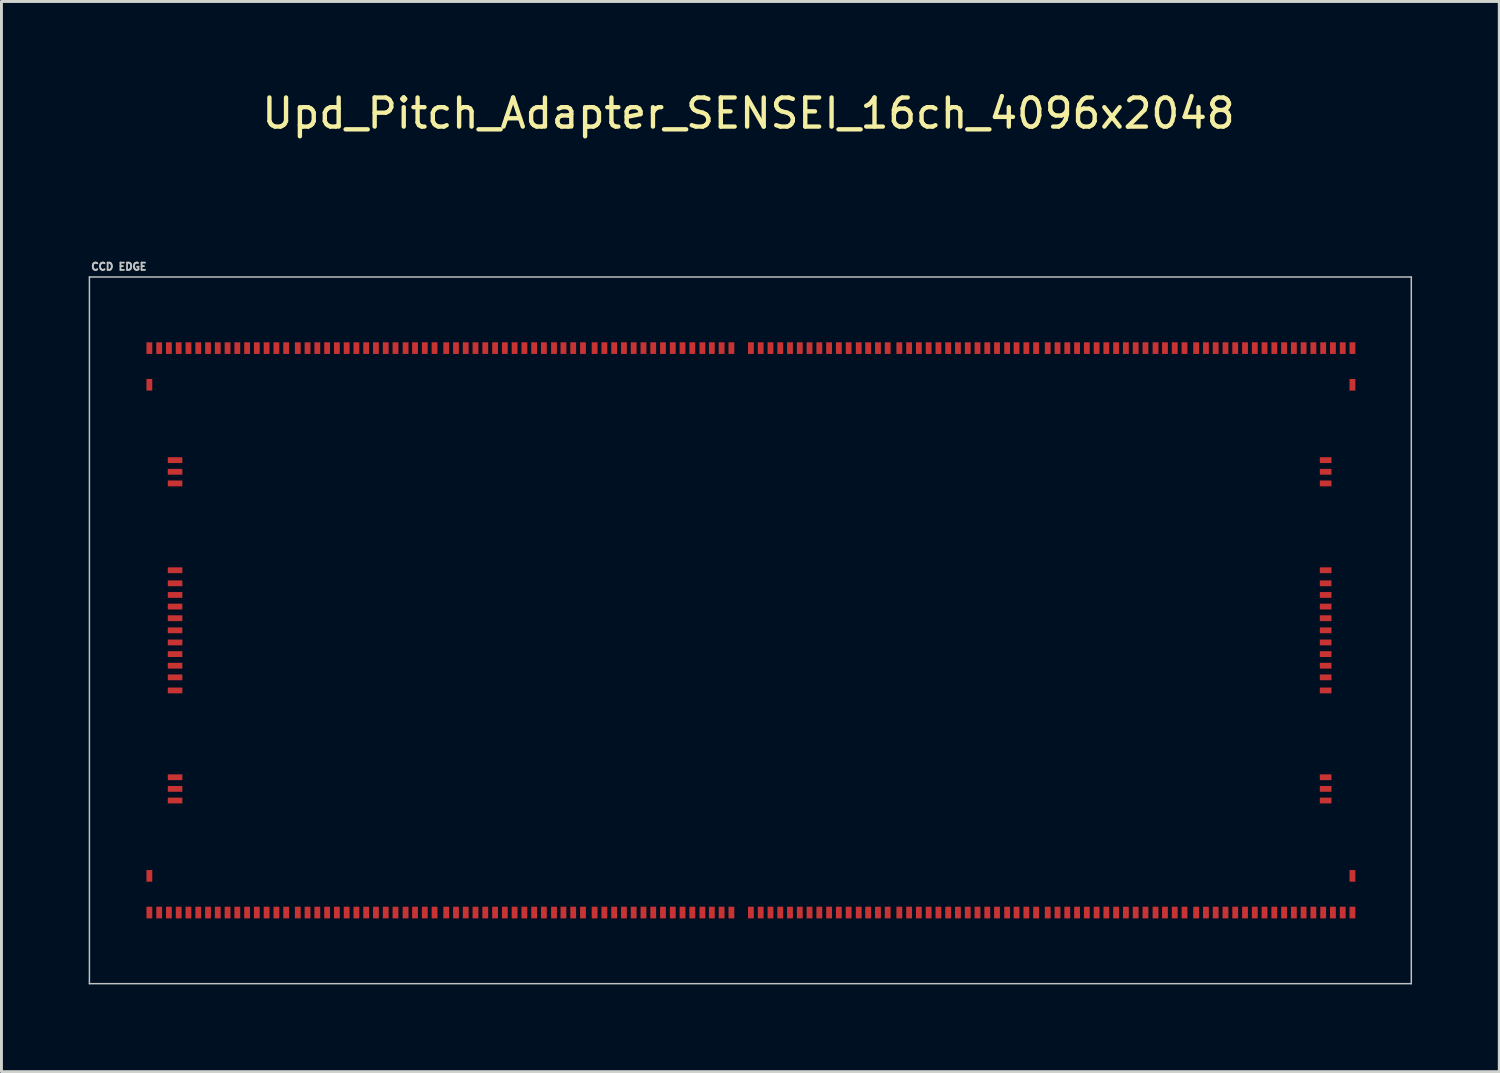
<source format=kicad_pcb>
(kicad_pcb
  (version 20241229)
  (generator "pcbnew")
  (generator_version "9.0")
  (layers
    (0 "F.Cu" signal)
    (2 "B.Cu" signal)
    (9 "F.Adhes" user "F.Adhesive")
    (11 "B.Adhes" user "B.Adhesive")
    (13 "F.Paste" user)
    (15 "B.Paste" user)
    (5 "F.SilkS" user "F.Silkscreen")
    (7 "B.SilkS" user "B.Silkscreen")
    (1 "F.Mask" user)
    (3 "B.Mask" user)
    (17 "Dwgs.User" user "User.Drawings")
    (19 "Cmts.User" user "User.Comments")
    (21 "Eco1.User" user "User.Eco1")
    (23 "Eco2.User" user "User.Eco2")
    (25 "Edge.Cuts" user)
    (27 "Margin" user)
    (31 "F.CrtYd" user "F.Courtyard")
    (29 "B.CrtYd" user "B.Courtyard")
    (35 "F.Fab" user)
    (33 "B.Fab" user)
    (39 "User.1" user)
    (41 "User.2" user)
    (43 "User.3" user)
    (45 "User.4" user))
  (footprint "Upd_Pitch_Adapter_SENSEI_16ch_4096x2048"
    (layer "F.Cu")
    (at 22.756 18.628)
    (property "Reference" "Upd_Pitch_Adapter_SENSEI_16ch_4096x2048" (at -0.064 -17.78 0) (layer "F.SilkS") (effects (font (size 1 1) (thickness 0.15))))
    (attr through_hole)
    (fp_line (start -22.731 -12.152) (end -22.731 12.152) (stroke (width 0.05) (type solid)) (layer "Dwgs.User"))
    (fp_line (start -22.731 -12.152) (end 22.731 -12.152) (stroke (width 0.05) (type solid)) (layer "Dwgs.User"))
    (fp_line (start -22.731 12.152) (end 22.731 12.152) (stroke (width 0.05) (type solid)) (layer "Dwgs.User"))
    (fp_line (start 22.731 -12.152) (end 22.731 12.152) (stroke (width 0.05) (type solid)) (layer "Dwgs.User"))
    (fp_text user "CCD EDGE" (at -21.717 -12.509 0) (layer "Dwgs.User") (effects (font (size 0.25 0.25) (thickness 0.062))))
    (pad "" smd rect (at -22.566 -11.204 180) (size 0.2 0.105) (layers "F.Mask" "F.Paste"))
    (pad "" smd rect (at -22.566 11.204 180) (size 0.2 0.105) (layers "F.Mask" "F.Paste"))
    (pad "" smd rect (at -21.785 -5.853 90) (size 0.2 0.105) (layers "F.Mask" "F.Paste"))
    (pad "" smd rect (at -21.785 -5.452 90) (size 0.2 0.105) (layers "F.Mask" "F.Paste"))
    (pad "" smd rect (at -21.785 -5.053 90) (size 0.2 0.105) (layers "F.Mask" "F.Paste"))
    (pad "" smd rect (at -21.785 -2.067 90) (size 0.2 0.105) (layers "F.Mask" "F.Paste"))
    (pad "" smd rect (at -21.785 -1.617 90) (size 0.2 0.105) (layers "F.Mask" "F.Paste"))
    (pad "" smd rect (at -21.785 -1.217 90) (size 0.2 0.105) (layers "F.Mask" "F.Paste"))
    (pad "" smd rect (at -21.785 -0.817 90) (size 0.2 0.105) (layers "F.Mask" "F.Paste"))
    (pad "" smd rect (at -21.785 -0.417 90) (size 0.2 0.105) (layers "F.Mask" "F.Paste"))
    (pad "" smd rect (at -21.785 0 90) (size 0.2 0.105) (layers "F.Mask" "F.Paste"))
    (pad "" smd rect (at -21.785 0.417 90) (size 0.2 0.105) (layers "F.Mask" "F.Paste"))
    (pad "" smd rect (at -21.785 0.817 90) (size 0.2 0.105) (layers "F.Mask" "F.Paste"))
    (pad "" smd rect (at -21.785 1.217 90) (size 0.2 0.105) (layers "F.Mask" "F.Paste"))
    (pad "" smd rect (at -21.785 1.617 90) (size 0.2 0.105) (layers "F.Mask" "F.Paste"))
    (pad "" smd rect (at -21.785 2.067 90) (size 0.2 0.105) (layers "F.Mask" "F.Paste"))
    (pad "" smd rect (at -21.785 5.053 90) (size 0.2 0.105) (layers "F.Mask" "F.Paste"))
    (pad "" smd rect (at -21.785 5.452 90) (size 0.2 0.105) (layers "F.Mask" "F.Paste"))
    (pad "" smd rect (at -21.785 5.853 90) (size 0.2 0.105) (layers "F.Mask" "F.Paste"))
    (pad "" smd rect (at -21.485 -11.206 180) (size 0.2 0.105) (layers "F.Mask" "F.Paste"))
    (pad "" smd rect (at -21.485 11.206 180) (size 0.2 0.105) (layers "F.Mask" "F.Paste"))
    (pad "" smd rect (at -21.148 -11.206 180) (size 0.2 0.105) (layers "F.Mask" "F.Paste"))
    (pad "" smd rect (at -21.148 11.206 180) (size 0.2 0.105) (layers "F.Mask" "F.Paste"))
    (pad "" smd rect (at -20.812 -11.206 180) (size 0.2 0.105) (layers "F.Mask" "F.Paste"))
    (pad "" smd rect (at -20.812 11.206 180) (size 0.2 0.105) (layers "F.Mask" "F.Paste"))
    (pad "" smd rect (at -20.477 -11.206 180) (size 0.2 0.105) (layers "F.Mask" "F.Paste"))
    (pad "" smd rect (at -20.477 11.206 180) (size 0.2 0.105) (layers "F.Mask" "F.Paste"))
    (pad "" smd rect (at -20.14 -11.206 180) (size 0.2 0.105) (layers "F.Mask" "F.Paste"))
    (pad "" smd rect (at -20.14 11.206 180) (size 0.2 0.105) (layers "F.Mask" "F.Paste"))
    (pad "" smd rect (at -19.805 -11.206 180) (size 0.2 0.105) (layers "F.Mask" "F.Paste"))
    (pad "" smd rect (at -19.805 11.206 180) (size 0.2 0.105) (layers "F.Mask" "F.Paste"))
    (pad "" smd rect (at -19.468 -11.206 180) (size 0.2 0.105) (layers "F.Mask" "F.Paste"))
    (pad "" smd rect (at -19.468 11.206 180) (size 0.2 0.105) (layers "F.Mask" "F.Paste"))
    (pad "" smd rect (at -19.133 -11.206 180) (size 0.2 0.105) (layers "F.Mask" "F.Paste"))
    (pad "" smd rect (at -19.133 11.206 180) (size 0.2 0.105) (layers "F.Mask" "F.Paste"))
    (pad "" smd rect (at -18.797 -11.206 180) (size 0.2 0.105) (layers "F.Mask" "F.Paste"))
    (pad "" smd rect (at -18.797 11.206 180) (size 0.2 0.105) (layers "F.Mask" "F.Paste"))
    (pad "" smd rect (at -18.46 -11.206 180) (size 0.2 0.105) (layers "F.Mask" "F.Paste"))
    (pad "" smd rect (at -18.46 11.206 180) (size 0.2 0.105) (layers "F.Mask" "F.Paste"))
    (pad "" smd rect (at -18.125 -11.206 180) (size 0.2 0.105) (layers "F.Mask" "F.Paste"))
    (pad "" smd rect (at -18.125 11.206 180) (size 0.2 0.105) (layers "F.Mask" "F.Paste"))
    (pad "" smd rect (at -17.788 -11.206 180) (size 0.2 0.105) (layers "F.Mask" "F.Paste"))
    (pad "" smd rect (at -17.788 11.206 180) (size 0.2 0.105) (layers "F.Mask" "F.Paste"))
    (pad "" smd rect (at -17.453 -11.206 180) (size 0.2 0.105) (layers "F.Mask" "F.Paste"))
    (pad "" smd rect (at -17.453 11.206 180) (size 0.2 0.105) (layers "F.Mask" "F.Paste"))
    (pad "" smd rect (at -17.116 -11.206 180) (size 0.2 0.105) (layers "F.Mask" "F.Paste"))
    (pad "" smd rect (at -17.116 11.206 180) (size 0.2 0.105) (layers "F.Mask" "F.Paste"))
    (pad "" smd rect (at -16.78 -11.206 180) (size 0.2 0.105) (layers "F.Mask" "F.Paste"))
    (pad "" smd rect (at -16.78 11.206 180) (size 0.2 0.105) (layers "F.Mask" "F.Paste"))
    (pad "" smd rect (at -16.108 -11.206 180) (size 0.2 0.105) (layers "F.Mask" "F.Paste"))
    (pad "" smd rect (at -16.108 11.206 180) (size 0.2 0.105) (layers "F.Mask" "F.Paste"))
    (pad "" smd rect (at -15.773 -11.206 180) (size 0.2 0.105) (layers "F.Mask" "F.Paste"))
    (pad "" smd rect (at -15.773 11.206 180) (size 0.2 0.105) (layers "F.Mask" "F.Paste"))
    (pad "" smd rect (at -15.437 -11.206 180) (size 0.2 0.105) (layers "F.Mask" "F.Paste"))
    (pad "" smd rect (at -15.437 11.206 180) (size 0.2 0.105) (layers "F.Mask" "F.Paste"))
    (pad "" smd rect (at -15.101 -11.206 180) (size 0.2 0.105) (layers "F.Mask" "F.Paste"))
    (pad "" smd rect (at -15.101 11.206 180) (size 0.2 0.105) (layers "F.Mask" "F.Paste"))
    (pad "" smd rect (at -14.764 -11.206 180) (size 0.2 0.105) (layers "F.Mask" "F.Paste"))
    (pad "" smd rect (at -14.764 11.206 180) (size 0.2 0.105) (layers "F.Mask" "F.Paste"))
    (pad "" smd rect (at -14.428 -11.206 180) (size 0.2 0.105) (layers "F.Mask" "F.Paste"))
    (pad "" smd rect (at -14.428 11.206 180) (size 0.2 0.105) (layers "F.Mask" "F.Paste"))
    (pad "" smd rect (at -14.092 -11.206 180) (size 0.2 0.105) (layers "F.Mask" "F.Paste"))
    (pad "" smd rect (at -14.092 11.206 180) (size 0.2 0.105) (layers "F.Mask" "F.Paste"))
    (pad "" smd rect (at -13.757 -11.206 180) (size 0.2 0.105) (layers "F.Mask" "F.Paste"))
    (pad "" smd rect (at -13.757 11.206 180) (size 0.2 0.105) (layers "F.Mask" "F.Paste"))
    (pad "" smd rect (at -13.421 -11.206 180) (size 0.2 0.105) (layers "F.Mask" "F.Paste"))
    (pad "" smd rect (at -13.421 11.206 180) (size 0.2 0.105) (layers "F.Mask" "F.Paste"))
    (pad "" smd rect (at -13.085 -11.206 180) (size 0.2 0.105) (layers "F.Mask" "F.Paste"))
    (pad "" smd rect (at -13.085 11.206 180) (size 0.2 0.105) (layers "F.Mask" "F.Paste"))
    (pad "" smd rect (at -12.748 -11.206 180) (size 0.2 0.105) (layers "F.Mask" "F.Paste"))
    (pad "" smd rect (at -12.748 11.206 180) (size 0.2 0.105) (layers "F.Mask" "F.Paste"))
    (pad "" smd rect (at -12.401 -11.206 180) (size 0.2 0.105) (layers "F.Mask" "F.Paste"))
    (pad "" smd rect (at -12.401 11.206 180) (size 0.2 0.105) (layers "F.Mask" "F.Paste"))
    (pad "" smd rect (at -12.076 -11.206 180) (size 0.2 0.105) (layers "F.Mask" "F.Paste"))
    (pad "" smd rect (at -12.076 11.206 180) (size 0.2 0.105) (layers "F.Mask" "F.Paste"))
    (pad "" smd rect (at -11.741 -11.206 180) (size 0.2 0.105) (layers "F.Mask" "F.Paste"))
    (pad "" smd rect (at -11.741 11.206 180) (size 0.2 0.105) (layers "F.Mask" "F.Paste"))
    (pad "" smd rect (at -11.405 -11.206 180) (size 0.2 0.105) (layers "F.Mask" "F.Paste"))
    (pad "" smd rect (at -11.405 11.206 180) (size 0.2 0.105) (layers "F.Mask" "F.Paste"))
    (pad "" smd rect (at -10.732 -11.206 180) (size 0.2 0.105) (layers "F.Mask" "F.Paste"))
    (pad "" smd rect (at -10.732 11.206 180) (size 0.2 0.105) (layers "F.Mask" "F.Paste"))
    (pad "" smd rect (at -10.396 -11.206 180) (size 0.2 0.105) (layers "F.Mask" "F.Paste"))
    (pad "" smd rect (at -10.396 11.206 180) (size 0.2 0.105) (layers "F.Mask" "F.Paste"))
    (pad "" smd rect (at -10.06 -11.206 180) (size 0.2 0.105) (layers "F.Mask" "F.Paste"))
    (pad "" smd rect (at -10.06 11.206 180) (size 0.2 0.105) (layers "F.Mask" "F.Paste"))
    (pad "" smd rect (at -9.725 -11.206 180) (size 0.2 0.105) (layers "F.Mask" "F.Paste"))
    (pad "" smd rect (at -9.725 11.206 180) (size 0.2 0.105) (layers "F.Mask" "F.Paste"))
    (pad "" smd rect (at -9.389 -11.206 180) (size 0.2 0.105) (layers "F.Mask" "F.Paste"))
    (pad "" smd rect (at -9.389 11.206 180) (size 0.2 0.105) (layers "F.Mask" "F.Paste"))
    (pad "" smd rect (at -9.053 -11.206 180) (size 0.2 0.105) (layers "F.Mask" "F.Paste"))
    (pad "" smd rect (at -9.053 11.206 180) (size 0.2 0.105) (layers "F.Mask" "F.Paste"))
    (pad "" smd rect (at -8.716 -11.206 180) (size 0.2 0.105) (layers "F.Mask" "F.Paste"))
    (pad "" smd rect (at -8.716 11.206 180) (size 0.2 0.105) (layers "F.Mask" "F.Paste"))
    (pad "" smd rect (at -8.38 -11.206 180) (size 0.2 0.105) (layers "F.Mask" "F.Paste"))
    (pad "" smd rect (at -8.38 11.206 180) (size 0.2 0.105) (layers "F.Mask" "F.Paste"))
    (pad "" smd rect (at -8.044 -11.206 180) (size 0.2 0.105) (layers "F.Mask" "F.Paste"))
    (pad "" smd rect (at -8.044 11.206 180) (size 0.2 0.105) (layers "F.Mask" "F.Paste"))
    (pad "" smd rect (at -7.708 -11.206 180) (size 0.2 0.105) (layers "F.Mask" "F.Paste"))
    (pad "" smd rect (at -7.708 11.206 180) (size 0.2 0.105) (layers "F.Mask" "F.Paste"))
    (pad "" smd rect (at -7.372 -11.206 180) (size 0.2 0.105) (layers "F.Mask" "F.Paste"))
    (pad "" smd rect (at -7.372 11.206 180) (size 0.2 0.105) (layers "F.Mask" "F.Paste"))
    (pad "" smd rect (at -7.025 -11.206 180) (size 0.2 0.105) (layers "F.Mask" "F.Paste"))
    (pad "" smd rect (at -7.025 11.206 180) (size 0.2 0.105) (layers "F.Mask" "F.Paste"))
    (pad "" smd rect (at -6.7 -11.206 180) (size 0.2 0.105) (layers "F.Mask" "F.Paste"))
    (pad "" smd rect (at -6.7 11.206 180) (size 0.2 0.105) (layers "F.Mask" "F.Paste"))
    (pad "" smd rect (at -6.364 -11.206 180) (size 0.2 0.105) (layers "F.Mask" "F.Paste"))
    (pad "" smd rect (at -6.364 11.206 180) (size 0.2 0.105) (layers "F.Mask" "F.Paste"))
    (pad "" smd rect (at -6.029 -11.206 180) (size 0.2 0.105) (layers "F.Mask" "F.Paste"))
    (pad "" smd rect (at -6.029 11.206 180) (size 0.2 0.105) (layers "F.Mask" "F.Paste"))
    (pad "" smd rect (at -5.356 -11.206 180) (size 0.2 0.105) (layers "F.Mask" "F.Paste"))
    (pad "" smd rect (at -5.356 11.206 180) (size 0.2 0.105) (layers "F.Mask" "F.Paste"))
    (pad "" smd rect (at -5.021 -11.206 180) (size 0.2 0.105) (layers "F.Mask" "F.Paste"))
    (pad "" smd rect (at -5.021 11.206 180) (size 0.2 0.105) (layers "F.Mask" "F.Paste"))
    (pad "" smd rect (at -4.684 -11.206 180) (size 0.2 0.105) (layers "F.Mask" "F.Paste"))
    (pad "" smd rect (at -4.684 11.206 180) (size 0.2 0.105) (layers "F.Mask" "F.Paste"))
    (pad "" smd rect (at -4.348 -11.206 180) (size 0.2 0.105) (layers "F.Mask" "F.Paste"))
    (pad "" smd rect (at -4.348 11.206 180) (size 0.2 0.105) (layers "F.Mask" "F.Paste"))
    (pad "" smd rect (at -4.013 -11.206 180) (size 0.2 0.105) (layers "F.Mask" "F.Paste"))
    (pad "" smd rect (at -4.013 11.206 180) (size 0.2 0.105) (layers "F.Mask" "F.Paste"))
    (pad "" smd rect (at -3.676 -11.206 180) (size 0.2 0.105) (layers "F.Mask" "F.Paste"))
    (pad "" smd rect (at -3.676 11.206 180) (size 0.2 0.105) (layers "F.Mask" "F.Paste"))
    (pad "" smd rect (at -3.341 -11.206 180) (size 0.2 0.105) (layers "F.Mask" "F.Paste"))
    (pad "" smd rect (at -3.341 11.206 180) (size 0.2 0.105) (layers "F.Mask" "F.Paste"))
    (pad "" smd rect (at -3.005 -11.206 180) (size 0.2 0.105) (layers "F.Mask" "F.Paste"))
    (pad "" smd rect (at -3.005 11.206 180) (size 0.2 0.105) (layers "F.Mask" "F.Paste"))
    (pad "" smd rect (at -2.668 -11.206 180) (size 0.2 0.105) (layers "F.Mask" "F.Paste"))
    (pad "" smd rect (at -2.668 11.206 180) (size 0.2 0.105) (layers "F.Mask" "F.Paste"))
    (pad "" smd rect (at -2.333 -11.206 180) (size 0.2 0.105) (layers "F.Mask" "F.Paste"))
    (pad "" smd rect (at -2.333 11.206 180) (size 0.2 0.105) (layers "F.Mask" "F.Paste"))
    (pad "" smd rect (at -1.996 -11.206 180) (size 0.2 0.105) (layers "F.Mask" "F.Paste"))
    (pad "" smd rect (at -1.996 11.206 180) (size 0.2 0.105) (layers "F.Mask" "F.Paste"))
    (pad "" smd rect (at -1.649 -11.206 180) (size 0.2 0.105) (layers "F.Mask" "F.Paste"))
    (pad "" smd rect (at -1.649 11.206 180) (size 0.2 0.105) (layers "F.Mask" "F.Paste"))
    (pad "" smd rect (at -1.325 -11.206 180) (size 0.2 0.105) (layers "F.Mask" "F.Paste"))
    (pad "" smd rect (at -1.325 11.206 180) (size 0.2 0.105) (layers "F.Mask" "F.Paste"))
    (pad "" smd rect (at -0.989 -11.206 180) (size 0.2 0.105) (layers "F.Mask" "F.Paste"))
    (pad "" smd rect (at -0.989 11.206 180) (size 0.2 0.105) (layers "F.Mask" "F.Paste"))
    (pad "" smd rect (at -0.652 -11.206 180) (size 0.2 0.105) (layers "F.Mask" "F.Paste"))
    (pad "" smd rect (at -0.652 11.206 180) (size 0.2 0.105) (layers "F.Mask" "F.Paste"))
    (pad "" smd rect (at 0.019 -11.206 180) (size 0.2 0.105) (layers "F.Mask" "F.Paste"))
    (pad "" smd rect (at 0.019 11.206 180) (size 0.2 0.105) (layers "F.Mask" "F.Paste"))
    (pad "" smd rect (at 0.355 -11.206 180) (size 0.2 0.105) (layers "F.Mask" "F.Paste"))
    (pad "" smd rect (at 0.355 11.206 180) (size 0.2 0.105) (layers "F.Mask" "F.Paste"))
    (pad "" smd rect (at 0.692 -11.206 180) (size 0.2 0.105) (layers "F.Mask" "F.Paste"))
    (pad "" smd rect (at 0.692 11.206 180) (size 0.2 0.105) (layers "F.Mask" "F.Paste"))
    (pad "" smd rect (at 1.028 -11.206 180) (size 0.2 0.105) (layers "F.Mask" "F.Paste"))
    (pad "" smd rect (at 1.028 11.206 180) (size 0.2 0.105) (layers "F.Mask" "F.Paste"))
    (pad "" smd rect (at 1.363 -11.206 180) (size 0.2 0.105) (layers "F.Mask" "F.Paste"))
    (pad "" smd rect (at 1.363 11.206 180) (size 0.2 0.105) (layers "F.Mask" "F.Paste"))
    (pad "" smd rect (at 1.7 -11.206 180) (size 0.2 0.105) (layers "F.Mask" "F.Paste"))
    (pad "" smd rect (at 1.7 11.206 180) (size 0.2 0.105) (layers "F.Mask" "F.Paste"))
    (pad "" smd rect (at 2.035 -11.206 180) (size 0.2 0.105) (layers "F.Mask" "F.Paste"))
    (pad "" smd rect (at 2.035 11.206 180) (size 0.2 0.105) (layers "F.Mask" "F.Paste"))
    (pad "" smd rect (at 2.372 -11.206 180) (size 0.2 0.105) (layers "F.Mask" "F.Paste"))
    (pad "" smd rect (at 2.372 11.206 180) (size 0.2 0.105) (layers "F.Mask" "F.Paste"))
    (pad "" smd rect (at 2.708 -11.206 180) (size 0.2 0.105) (layers "F.Mask" "F.Paste"))
    (pad "" smd rect (at 2.708 11.206 180) (size 0.2 0.105) (layers "F.Mask" "F.Paste"))
    (pad "" smd rect (at 3.043 -11.206 180) (size 0.2 0.105) (layers "F.Mask" "F.Paste"))
    (pad "" smd rect (at 3.043 11.206 180) (size 0.2 0.105) (layers "F.Mask" "F.Paste"))
    (pad "" smd rect (at 3.38 -11.206 180) (size 0.2 0.105) (layers "F.Mask" "F.Paste"))
    (pad "" smd rect (at 3.38 11.206 180) (size 0.2 0.105) (layers "F.Mask" "F.Paste"))
    (pad "" smd rect (at 3.727 -11.206 180) (size 0.2 0.105) (layers "F.Mask" "F.Paste"))
    (pad "" smd rect (at 3.727 11.206 180) (size 0.2 0.105) (layers "F.Mask" "F.Paste"))
    (pad "" smd rect (at 4.051 -11.206 180) (size 0.2 0.105) (layers "F.Mask" "F.Paste"))
    (pad "" smd rect (at 4.051 11.206 180) (size 0.2 0.105) (layers "F.Mask" "F.Paste"))
    (pad "" smd rect (at 4.388 -11.206 180) (size 0.2 0.105) (layers "F.Mask" "F.Paste"))
    (pad "" smd rect (at 4.388 11.206 180) (size 0.2 0.105) (layers "F.Mask" "F.Paste"))
    (pad "" smd rect (at 4.723 -11.206 180) (size 0.2 0.105) (layers "F.Mask" "F.Paste"))
    (pad "" smd rect (at 4.723 11.206 180) (size 0.2 0.105) (layers "F.Mask" "F.Paste"))
    (pad "" smd rect (at 5.396 -11.206 180) (size 0.2 0.105) (layers "F.Mask" "F.Paste"))
    (pad "" smd rect (at 5.396 11.206 180) (size 0.2 0.105) (layers "F.Mask" "F.Paste"))
    (pad "" smd rect (at 5.731 -11.206 180) (size 0.2 0.105) (layers "F.Mask" "F.Paste"))
    (pad "" smd rect (at 5.731 11.206 180) (size 0.2 0.105) (layers "F.Mask" "F.Paste"))
    (pad "" smd rect (at 6.067 -11.206 180) (size 0.2 0.105) (layers "F.Mask" "F.Paste"))
    (pad "" smd rect (at 6.067 11.206 180) (size 0.2 0.105) (layers "F.Mask" "F.Paste"))
    (pad "" smd rect (at 6.404 -11.206 180) (size 0.2 0.105) (layers "F.Mask" "F.Paste"))
    (pad "" smd rect (at 6.404 11.206 180) (size 0.2 0.105) (layers "F.Mask" "F.Paste"))
    (pad "" smd rect (at 6.739 -11.206 180) (size 0.2 0.105) (layers "F.Mask" "F.Paste"))
    (pad "" smd rect (at 6.739 11.206 180) (size 0.2 0.105) (layers "F.Mask" "F.Paste"))
    (pad "" smd rect (at 7.075 -11.206 180) (size 0.2 0.105) (layers "F.Mask" "F.Paste"))
    (pad "" smd rect (at 7.075 11.206 180) (size 0.2 0.105) (layers "F.Mask" "F.Paste"))
    (pad "" smd rect (at 7.412 -11.206 180) (size 0.2 0.105) (layers "F.Mask" "F.Paste"))
    (pad "" smd rect (at 7.412 11.206 180) (size 0.2 0.105) (layers "F.Mask" "F.Paste"))
    (pad "" smd rect (at 7.747 -11.206 180) (size 0.2 0.105) (layers "F.Mask" "F.Paste"))
    (pad "" smd rect (at 7.747 11.206 180) (size 0.2 0.105) (layers "F.Mask" "F.Paste"))
    (pad "" smd rect (at 8.084 -11.206 180) (size 0.2 0.105) (layers "F.Mask" "F.Paste"))
    (pad "" smd rect (at 8.084 11.206 180) (size 0.2 0.105) (layers "F.Mask" "F.Paste"))
    (pad "" smd rect (at 8.419 -11.206 180) (size 0.2 0.105) (layers "F.Mask" "F.Paste"))
    (pad "" smd rect (at 8.419 11.206 180) (size 0.2 0.105) (layers "F.Mask" "F.Paste"))
    (pad "" smd rect (at 8.755 -11.206 180) (size 0.2 0.105) (layers "F.Mask" "F.Paste"))
    (pad "" smd rect (at 8.755 11.206 180) (size 0.2 0.105) (layers "F.Mask" "F.Paste"))
    (pad "" smd rect (at 9.103 -11.206 180) (size 0.2 0.105) (layers "F.Mask" "F.Paste"))
    (pad "" smd rect (at 9.103 11.206 180) (size 0.2 0.105) (layers "F.Mask" "F.Paste"))
    (pad "" smd rect (at 9.428 -11.206 180) (size 0.2 0.105) (layers "F.Mask" "F.Paste"))
    (pad "" smd rect (at 9.428 11.206 180) (size 0.2 0.105) (layers "F.Mask" "F.Paste"))
    (pad "" smd rect (at 9.764 -11.206 180) (size 0.2 0.105) (layers "F.Mask" "F.Paste"))
    (pad "" smd rect (at 9.764 11.206 180) (size 0.2 0.105) (layers "F.Mask" "F.Paste"))
    (pad "" smd rect (at 10.1 -11.206 180) (size 0.2 0.105) (layers "F.Mask" "F.Paste"))
    (pad "" smd rect (at 10.1 11.206 180) (size 0.2 0.105) (layers "F.Mask" "F.Paste"))
    (pad "" smd rect (at 10.771 -11.206 180) (size 0.2 0.105) (layers "F.Mask" "F.Paste"))
    (pad "" smd rect (at 10.771 11.206 180) (size 0.2 0.105) (layers "F.Mask" "F.Paste"))
    (pad "" smd rect (at 11.107 -11.206 180) (size 0.2 0.105) (layers "F.Mask" "F.Paste"))
    (pad "" smd rect (at 11.107 11.206 180) (size 0.2 0.105) (layers "F.Mask" "F.Paste"))
    (pad "" smd rect (at 11.444 -11.206 180) (size 0.2 0.105) (layers "F.Mask" "F.Paste"))
    (pad "" smd rect (at 11.444 11.206 180) (size 0.2 0.105) (layers "F.Mask" "F.Paste"))
    (pad "" smd rect (at 11.78 -11.206 180) (size 0.2 0.105) (layers "F.Mask" "F.Paste"))
    (pad "" smd rect (at 11.78 11.206 180) (size 0.2 0.105) (layers "F.Mask" "F.Paste"))
    (pad "" smd rect (at 12.116 -11.206 180) (size 0.2 0.105) (layers "F.Mask" "F.Paste"))
    (pad "" smd rect (at 12.116 11.206 180) (size 0.2 0.105) (layers "F.Mask" "F.Paste"))
    (pad "" smd rect (at 12.451 -11.206 180) (size 0.2 0.105) (layers "F.Mask" "F.Paste"))
    (pad "" smd rect (at 12.451 11.206 180) (size 0.2 0.105) (layers "F.Mask" "F.Paste"))
    (pad "" smd rect (at 12.787 -11.206 180) (size 0.2 0.105) (layers "F.Mask" "F.Paste"))
    (pad "" smd rect (at 12.787 11.206 180) (size 0.2 0.105) (layers "F.Mask" "F.Paste"))
    (pad "" smd rect (at 13.123 -11.206 180) (size 0.2 0.105) (layers "F.Mask" "F.Paste"))
    (pad "" smd rect (at 13.123 11.206 180) (size 0.2 0.105) (layers "F.Mask" "F.Paste"))
    (pad "" smd rect (at 13.46 -11.206 180) (size 0.2 0.105) (layers "F.Mask" "F.Paste"))
    (pad "" smd rect (at 13.46 11.206 180) (size 0.2 0.105) (layers "F.Mask" "F.Paste"))
    (pad "" smd rect (at 13.796 -11.206 180) (size 0.2 0.105) (layers "F.Mask" "F.Paste"))
    (pad "" smd rect (at 13.796 11.206 180) (size 0.2 0.105) (layers "F.Mask" "F.Paste"))
    (pad "" smd rect (at 14.132 -11.206 180) (size 0.2 0.105) (layers "F.Mask" "F.Paste"))
    (pad "" smd rect (at 14.132 11.206 180) (size 0.2 0.105) (layers "F.Mask" "F.Paste"))
    (pad "" smd rect (at 14.479 -11.206 180) (size 0.2 0.105) (layers "F.Mask" "F.Paste"))
    (pad "" smd rect (at 14.479 11.206 180) (size 0.2 0.105) (layers "F.Mask" "F.Paste"))
    (pad "" smd rect (at 14.803 -11.206 180) (size 0.2 0.105) (layers "F.Mask" "F.Paste"))
    (pad "" smd rect (at 14.803 11.206 180) (size 0.2 0.105) (layers "F.Mask" "F.Paste"))
    (pad "" smd rect (at 15.139 -11.206 180) (size 0.2 0.105) (layers "F.Mask" "F.Paste"))
    (pad "" smd rect (at 15.139 11.206 180) (size 0.2 0.105) (layers "F.Mask" "F.Paste"))
    (pad "" smd rect (at 15.476 -11.206 180) (size 0.2 0.105) (layers "F.Mask" "F.Paste"))
    (pad "" smd rect (at 15.476 11.206 180) (size 0.2 0.105) (layers "F.Mask" "F.Paste"))
    (pad "" smd rect (at 16.148 -11.206 180) (size 0.2 0.105) (layers "F.Mask" "F.Paste"))
    (pad "" smd rect (at 16.148 11.206 180) (size 0.2 0.105) (layers "F.Mask" "F.Paste"))
    (pad "" smd rect (at 16.483 -11.206 180) (size 0.2 0.105) (layers "F.Mask" "F.Paste"))
    (pad "" smd rect (at 16.483 11.206 180) (size 0.2 0.105) (layers "F.Mask" "F.Paste"))
    (pad "" smd rect (at 16.82 -11.206 180) (size 0.2 0.105) (layers "F.Mask" "F.Paste"))
    (pad "" smd rect (at 16.82 11.206 180) (size 0.2 0.105) (layers "F.Mask" "F.Paste"))
    (pad "" smd rect (at 17.155 -11.206 180) (size 0.2 0.105) (layers "F.Mask" "F.Paste"))
    (pad "" smd rect (at 17.155 11.206 180) (size 0.2 0.105) (layers "F.Mask" "F.Paste"))
    (pad "" smd rect (at 17.491 -11.206 180) (size 0.2 0.105) (layers "F.Mask" "F.Paste"))
    (pad "" smd rect (at 17.491 11.206 180) (size 0.2 0.105) (layers "F.Mask" "F.Paste"))
    (pad "" smd rect (at 17.828 -11.206 180) (size 0.2 0.105) (layers "F.Mask" "F.Paste"))
    (pad "" smd rect (at 17.828 11.206 180) (size 0.2 0.105) (layers "F.Mask" "F.Paste"))
    (pad "" smd rect (at 18.163 -11.206 180) (size 0.2 0.105) (layers "F.Mask" "F.Paste"))
    (pad "" smd rect (at 18.163 11.206 180) (size 0.2 0.105) (layers "F.Mask" "F.Paste"))
    (pad "" smd rect (at 18.5 -11.206 180) (size 0.2 0.105) (layers "F.Mask" "F.Paste"))
    (pad "" smd rect (at 18.5 11.206 180) (size 0.2 0.105) (layers "F.Mask" "F.Paste"))
    (pad "" smd rect (at 18.835 -11.206 180) (size 0.2 0.105) (layers "F.Mask" "F.Paste"))
    (pad "" smd rect (at 18.835 11.206 180) (size 0.2 0.105) (layers "F.Mask" "F.Paste"))
    (pad "" smd rect (at 19.172 -11.206 180) (size 0.2 0.105) (layers "F.Mask" "F.Paste"))
    (pad "" smd rect (at 19.172 11.206 180) (size 0.2 0.105) (layers "F.Mask" "F.Paste"))
    (pad "" smd rect (at 19.508 -11.206 180) (size 0.2 0.105) (layers "F.Mask" "F.Paste"))
    (pad "" smd rect (at 19.508 11.206 180) (size 0.2 0.105) (layers "F.Mask" "F.Paste"))
    (pad "" smd rect (at 19.843 -11.206 180) (size 0.2 0.105) (layers "F.Mask" "F.Paste"))
    (pad "" smd rect (at 19.843 11.206 180) (size 0.2 0.105) (layers "F.Mask" "F.Paste"))
    (pad "" smd rect (at 20.18 -11.206 180) (size 0.2 0.105) (layers "F.Mask" "F.Paste"))
    (pad "" smd rect (at 20.18 11.206 180) (size 0.2 0.105) (layers "F.Mask" "F.Paste"))
    (pad "" smd rect (at 20.515 -11.206 180) (size 0.2 0.105) (layers "F.Mask" "F.Paste"))
    (pad "" smd rect (at 20.515 11.206 180) (size 0.2 0.105) (layers "F.Mask" "F.Paste"))
    (pad "" smd rect (at 20.852 -11.206 180) (size 0.2 0.105) (layers "F.Mask" "F.Paste"))
    (pad "" smd rect (at 20.852 11.206 180) (size 0.2 0.105) (layers "F.Mask" "F.Paste"))
    (pad "" smd rect (at 21.188 -11.206 180) (size 0.2 0.105) (layers "F.Mask" "F.Paste"))
    (pad "" smd rect (at 21.188 11.206 180) (size 0.2 0.105) (layers "F.Mask" "F.Paste"))
    (pad "" smd rect (at 21.523 -11.206 180) (size 0.2 0.105) (layers "F.Mask" "F.Paste"))
    (pad "" smd rect (at 21.523 11.206 180) (size 0.2 0.105) (layers "F.Mask" "F.Paste"))
    (pad "" smd rect (at 21.785 -5.853 90) (size 0.2 0.105) (layers "F.Mask" "F.Paste"))
    (pad "" smd rect (at 21.785 -5.452 90) (size 0.2 0.105) (layers "F.Mask" "F.Paste"))
    (pad "" smd rect (at 21.785 -5.053 90) (size 0.2 0.105) (layers "F.Mask" "F.Paste"))
    (pad "" smd rect (at 21.785 -2.067 90) (size 0.2 0.105) (layers "F.Mask" "F.Paste"))
    (pad "" smd rect (at 21.785 -1.617 90) (size 0.2 0.105) (layers "F.Mask" "F.Paste"))
    (pad "" smd rect (at 21.785 -1.217 90) (size 0.2 0.105) (layers "F.Mask" "F.Paste"))
    (pad "" smd rect (at 21.785 -0.817 90) (size 0.2 0.105) (layers "F.Mask" "F.Paste"))
    (pad "" smd rect (at 21.785 -0.417 90) (size 0.2 0.105) (layers "F.Mask" "F.Paste"))
    (pad "" smd rect (at 21.785 0 90) (size 0.2 0.105) (layers "F.Mask" "F.Paste"))
    (pad "" smd rect (at 21.785 0.417 90) (size 0.2 0.105) (layers "F.Mask" "F.Paste"))
    (pad "" smd rect (at 21.785 0.817 90) (size 0.2 0.105) (layers "F.Mask" "F.Paste"))
    (pad "" smd rect (at 21.785 1.217 90) (size 0.2 0.105) (layers "F.Mask" "F.Paste"))
    (pad "" smd rect (at 21.785 1.617 90) (size 0.2 0.105) (layers "F.Mask" "F.Paste"))
    (pad "" smd rect (at 21.785 2.067 90) (size 0.2 0.105) (layers "F.Mask" "F.Paste"))
    (pad "" smd rect (at 21.785 5.053 90) (size 0.2 0.105) (layers "F.Mask" "F.Paste"))
    (pad "" smd rect (at 21.785 5.452 90) (size 0.2 0.105) (layers "F.Mask" "F.Paste"))
    (pad "" smd rect (at 21.785 5.853 90) (size 0.2 0.105) (layers "F.Mask" "F.Paste"))
    (pad "" smd rect (at 22.566 -11.204 180) (size 0.2 0.105) (layers "F.Mask" "F.Paste"))
    (pad "" smd rect (at 22.566 11.204 180) (size 0.2 0.105) (layers "F.Mask" "F.Paste"))
    (pad "1" smd rect (at -20.669 -8.445 180) (size 0.2 0.4) (layers "F.Cu" "F.Mask" "F.Paste"))
    (pad "2" smd rect (at -19.785 -5.853 90) (size 0.2 0.5) (layers "F.Cu" "F.Mask" "F.Paste"))
    (pad "3" smd rect (at -19.785 -5.452 90) (size 0.2 0.5) (layers "F.Cu" "F.Mask" "F.Paste"))
    (pad "4" smd rect (at -19.785 -5.053 90) (size 0.2 0.5) (layers "F.Cu" "F.Mask" "F.Paste"))
    (pad "5" smd rect (at -19.785 -2.067 90) (size 0.2 0.5) (layers "F.Cu" "F.Mask" "F.Paste"))
    (pad "6" smd rect (at -19.785 -1.617 90) (size 0.2 0.5) (layers "F.Cu" "F.Mask" "F.Paste"))
    (pad "7" smd rect (at -19.785 -1.217 90) (size 0.2 0.5) (layers "F.Cu" "F.Mask" "F.Paste"))
    (pad "8" smd rect (at -19.785 -0.817 90) (size 0.2 0.5) (layers "F.Cu" "F.Mask" "F.Paste"))
    (pad "9" smd rect (at -19.785 -0.417 90) (size 0.2 0.5) (layers "F.Cu" "F.Mask" "F.Paste"))
    (pad "10" smd rect (at -19.785 0 90) (size 0.2 0.5) (layers "F.Cu" "F.Mask" "F.Paste"))
    (pad "11" smd rect (at -19.785 0.417 90) (size 0.2 0.5) (layers "F.Cu" "F.Mask" "F.Paste"))
    (pad "12" smd rect (at -19.785 0.817 90) (size 0.2 0.5) (layers "F.Cu" "F.Mask" "F.Paste"))
    (pad "13" smd rect (at -19.785 1.217 90) (size 0.2 0.5) (layers "F.Cu" "F.Mask" "F.Paste"))
    (pad "14" smd rect (at -19.785 1.617 90) (size 0.2 0.5) (layers "F.Cu" "F.Mask" "F.Paste"))
    (pad "15" smd rect (at -19.785 2.067 90) (size 0.2 0.5) (layers "F.Cu" "F.Mask" "F.Paste"))
    (pad "16" smd rect (at -19.785 5.053 90) (size 0.2 0.5) (layers "F.Cu" "F.Mask" "F.Paste"))
    (pad "17" smd rect (at -19.785 5.452 90) (size 0.2 0.5) (layers "F.Cu" "F.Mask" "F.Paste"))
    (pad "18" smd rect (at -19.785 5.853 90) (size 0.2 0.5) (layers "F.Cu" "F.Mask" "F.Paste"))
    (pad "19" smd rect (at -20.669 8.445) (size 0.2 0.4) (layers "F.Cu" "F.Mask" "F.Paste"))
    (pad "20" smd rect (at -20.669 9.706) (size 0.2 0.4) (layers "F.Cu" "F.Mask" "F.Paste"))
    (pad "21" smd rect (at -20.332 9.706) (size 0.2 0.4) (layers "F.Cu" "F.Mask" "F.Paste"))
    (pad "22" smd rect (at -19.997 9.706) (size 0.2 0.4) (layers "F.Cu" "F.Mask" "F.Paste"))
    (pad "23" smd rect (at -19.66 9.706) (size 0.2 0.4) (layers "F.Cu" "F.Mask" "F.Paste"))
    (pad "24" smd rect (at -19.325 9.706) (size 0.2 0.4) (layers "F.Cu" "F.Mask" "F.Paste"))
    (pad "25" smd rect (at -18.988 9.706) (size 0.2 0.4) (layers "F.Cu" "F.Mask" "F.Paste"))
    (pad "26" smd rect (at -18.652 9.706) (size 0.2 0.4) (layers "F.Cu" "F.Mask" "F.Paste"))
    (pad "27" smd rect (at -18.317 9.706) (size 0.2 0.4) (layers "F.Cu" "F.Mask" "F.Paste"))
    (pad "28" smd rect (at -17.98 9.706) (size 0.2 0.4) (layers "F.Cu" "F.Mask" "F.Paste"))
    (pad "29" smd rect (at -17.645 9.706) (size 0.2 0.4) (layers "F.Cu" "F.Mask" "F.Paste"))
    (pad "30" smd rect (at -17.308 9.706) (size 0.2 0.4) (layers "F.Cu" "F.Mask" "F.Paste"))
    (pad "31" smd rect (at -16.973 9.706) (size 0.2 0.4) (layers "F.Cu" "F.Mask" "F.Paste"))
    (pad "32" smd rect (at -16.637 9.706) (size 0.2 0.4) (layers "F.Cu" "F.Mask" "F.Paste"))
    (pad "33" smd rect (at -16.3 9.706) (size 0.2 0.4) (layers "F.Cu" "F.Mask" "F.Paste"))
    (pad "34" smd rect (at -15.964 9.706) (size 0.2 0.4) (layers "F.Cu" "F.Mask" "F.Paste"))
    (pad "35" smd rect (at -15.565 9.706) (size 0.2 0.4) (layers "F.Cu" "F.Mask" "F.Paste"))
    (pad "36" smd rect (at -15.229 9.706) (size 0.2 0.4) (layers "F.Cu" "F.Mask" "F.Paste"))
    (pad "37" smd rect (at -14.893 9.706) (size 0.2 0.4) (layers "F.Cu" "F.Mask" "F.Paste"))
    (pad "38" smd rect (at -14.556 9.706) (size 0.2 0.4) (layers "F.Cu" "F.Mask" "F.Paste"))
    (pad "39" smd rect (at -14.22 9.706) (size 0.2 0.4) (layers "F.Cu" "F.Mask" "F.Paste"))
    (pad "40" smd rect (at -13.884 9.706) (size 0.2 0.4) (layers "F.Cu" "F.Mask" "F.Paste"))
    (pad "41" smd rect (at -13.549 9.706) (size 0.2 0.4) (layers "F.Cu" "F.Mask" "F.Paste"))
    (pad "42" smd rect (at -13.213 9.706) (size 0.2 0.4) (layers "F.Cu" "F.Mask" "F.Paste"))
    (pad "43" smd rect (at -12.877 9.706) (size 0.2 0.4) (layers "F.Cu" "F.Mask" "F.Paste"))
    (pad "44" smd rect (at -12.54 9.706) (size 0.2 0.4) (layers "F.Cu" "F.Mask" "F.Paste"))
    (pad "45" smd rect (at -12.204 9.706) (size 0.2 0.4) (layers "F.Cu" "F.Mask" "F.Paste"))
    (pad "46" smd rect (at -11.857 9.706) (size 0.2 0.4) (layers "F.Cu" "F.Mask" "F.Paste"))
    (pad "47" smd rect (at -11.533 9.706) (size 0.2 0.4) (layers "F.Cu" "F.Mask" "F.Paste"))
    (pad "48" smd rect (at -11.197 9.706) (size 0.2 0.4) (layers "F.Cu" "F.Mask" "F.Paste"))
    (pad "49" smd rect (at -10.861 9.706) (size 0.2 0.4) (layers "F.Cu" "F.Mask" "F.Paste"))
    (pad "50" smd rect (at -10.46 9.706) (size 0.2 0.4) (layers "F.Cu" "F.Mask" "F.Paste"))
    (pad "51" smd rect (at -10.124 9.706) (size 0.2 0.4) (layers "F.Cu" "F.Mask" "F.Paste"))
    (pad "52" smd rect (at -9.789 9.706) (size 0.2 0.4) (layers "F.Cu" "F.Mask" "F.Paste"))
    (pad "53" smd rect (at -9.453 9.706) (size 0.2 0.4) (layers "F.Cu" "F.Mask" "F.Paste"))
    (pad "54" smd rect (at -9.117 9.706) (size 0.2 0.4) (layers "F.Cu" "F.Mask" "F.Paste"))
    (pad "55" smd rect (at -8.78 9.706) (size 0.2 0.4) (layers "F.Cu" "F.Mask" "F.Paste"))
    (pad "56" smd rect (at -8.444 9.706) (size 0.2 0.4) (layers "F.Cu" "F.Mask" "F.Paste"))
    (pad "57" smd rect (at -8.108 9.706) (size 0.2 0.4) (layers "F.Cu" "F.Mask" "F.Paste"))
    (pad "58" smd rect (at -7.772 9.706) (size 0.2 0.4) (layers "F.Cu" "F.Mask" "F.Paste"))
    (pad "59" smd rect (at -7.436 9.706) (size 0.2 0.4) (layers "F.Cu" "F.Mask" "F.Paste"))
    (pad "60" smd rect (at -7.101 9.706) (size 0.2 0.4) (layers "F.Cu" "F.Mask" "F.Paste"))
    (pad "61" smd rect (at -6.753 9.706) (size 0.2 0.4) (layers "F.Cu" "F.Mask" "F.Paste"))
    (pad "62" smd rect (at -6.428 9.706) (size 0.2 0.4) (layers "F.Cu" "F.Mask" "F.Paste"))
    (pad "63" smd rect (at -6.093 9.706) (size 0.2 0.4) (layers "F.Cu" "F.Mask" "F.Paste"))
    (pad "64" smd rect (at -5.756 9.706) (size 0.2 0.4) (layers "F.Cu" "F.Mask" "F.Paste"))
    (pad "65" smd rect (at -5.356 9.706) (size 0.2 0.4) (layers "F.Cu" "F.Mask" "F.Paste"))
    (pad "66" smd rect (at -5.021 9.706) (size 0.2 0.4) (layers "F.Cu" "F.Mask" "F.Paste"))
    (pad "67" smd rect (at -4.684 9.706) (size 0.2 0.4) (layers "F.Cu" "F.Mask" "F.Paste"))
    (pad "68" smd rect (at -4.348 9.706) (size 0.2 0.4) (layers "F.Cu" "F.Mask" "F.Paste"))
    (pad "69" smd rect (at -4.013 9.706) (size 0.2 0.4) (layers "F.Cu" "F.Mask" "F.Paste"))
    (pad "70" smd rect (at -3.676 9.706) (size 0.2 0.4) (layers "F.Cu" "F.Mask" "F.Paste"))
    (pad "71" smd rect (at -3.341 9.706) (size 0.2 0.4) (layers "F.Cu" "F.Mask" "F.Paste"))
    (pad "72" smd rect (at -3.005 9.706) (size 0.2 0.4) (layers "F.Cu" "F.Mask" "F.Paste"))
    (pad "73" smd rect (at -2.668 9.706) (size 0.2 0.4) (layers "F.Cu" "F.Mask" "F.Paste"))
    (pad "74" smd rect (at -2.333 9.706) (size 0.2 0.4) (layers "F.Cu" "F.Mask" "F.Paste"))
    (pad "75" smd rect (at -1.996 9.706) (size 0.2 0.4) (layers "F.Cu" "F.Mask" "F.Paste"))
    (pad "76" smd rect (at -1.649 9.706) (size 0.2 0.4) (layers "F.Cu" "F.Mask" "F.Paste"))
    (pad "77" smd rect (at -1.325 9.706) (size 0.2 0.4) (layers "F.Cu" "F.Mask" "F.Paste"))
    (pad "78" smd rect (at -0.989 9.706) (size 0.2 0.4) (layers "F.Cu" "F.Mask" "F.Paste"))
    (pad "79" smd rect (at -0.652 9.706) (size 0.2 0.4) (layers "F.Cu" "F.Mask" "F.Paste"))
    (pad "80" smd rect (at 0.019 9.706) (size 0.2 0.4) (layers "F.Cu" "F.Mask" "F.Paste"))
    (pad "81" smd rect (at 0.355 9.706) (size 0.2 0.4) (layers "F.Cu" "F.Mask" "F.Paste"))
    (pad "82" smd rect (at 0.692 9.706) (size 0.2 0.4) (layers "F.Cu" "F.Mask" "F.Paste"))
    (pad "83" smd rect (at 1.028 9.706) (size 0.2 0.4) (layers "F.Cu" "F.Mask" "F.Paste"))
    (pad "84" smd rect (at 1.363 9.706) (size 0.2 0.4) (layers "F.Cu" "F.Mask" "F.Paste"))
    (pad "85" smd rect (at 1.7 9.706) (size 0.2 0.4) (layers "F.Cu" "F.Mask" "F.Paste"))
    (pad "86" smd rect (at 2.035 9.706) (size 0.2 0.4) (layers "F.Cu" "F.Mask" "F.Paste"))
    (pad "87" smd rect (at 2.372 9.706) (size 0.2 0.4) (layers "F.Cu" "F.Mask" "F.Paste"))
    (pad "88" smd rect (at 2.708 9.706) (size 0.2 0.4) (layers "F.Cu" "F.Mask" "F.Paste"))
    (pad "89" smd rect (at 3.043 9.706) (size 0.2 0.4) (layers "F.Cu" "F.Mask" "F.Paste"))
    (pad "90" smd rect (at 3.38 9.706) (size 0.2 0.4) (layers "F.Cu" "F.Mask" "F.Paste"))
    (pad "91" smd rect (at 3.727 9.706) (size 0.2 0.4) (layers "F.Cu" "F.Mask" "F.Paste"))
    (pad "92" smd rect (at 4.051 9.706) (size 0.2 0.4) (layers "F.Cu" "F.Mask" "F.Paste"))
    (pad "93" smd rect (at 4.388 9.706) (size 0.2 0.4) (layers "F.Cu" "F.Mask" "F.Paste"))
    (pad "94" smd rect (at 4.723 9.706) (size 0.2 0.4) (layers "F.Cu" "F.Mask" "F.Paste"))
    (pad "95" smd rect (at 5.123 9.706) (size 0.2 0.4) (layers "F.Cu" "F.Mask" "F.Paste"))
    (pad "96" smd rect (at 5.46 9.706) (size 0.2 0.4) (layers "F.Cu" "F.Mask" "F.Paste"))
    (pad "97" smd rect (at 5.795 9.706) (size 0.2 0.4) (layers "F.Cu" "F.Mask" "F.Paste"))
    (pad "98" smd rect (at 6.131 9.706) (size 0.2 0.4) (layers "F.Cu" "F.Mask" "F.Paste"))
    (pad "99" smd rect (at 6.468 9.706) (size 0.2 0.4) (layers "F.Cu" "F.Mask" "F.Paste"))
    (pad "100" smd rect (at 6.803 9.706) (size 0.2 0.4) (layers "F.Cu" "F.Mask" "F.Paste"))
    (pad "101" smd rect (at 7.139 9.706) (size 0.2 0.4) (layers "F.Cu" "F.Mask" "F.Paste"))
    (pad "102" smd rect (at 7.476 9.706) (size 0.2 0.4) (layers "F.Cu" "F.Mask" "F.Paste"))
    (pad "103" smd rect (at 7.811 9.706) (size 0.2 0.4) (layers "F.Cu" "F.Mask" "F.Paste"))
    (pad "104" smd rect (at 8.148 9.706) (size 0.2 0.4) (layers "F.Cu" "F.Mask" "F.Paste"))
    (pad "105" smd rect (at 8.483 9.706) (size 0.2 0.4) (layers "F.Cu" "F.Mask" "F.Paste"))
    (pad "106" smd rect (at 8.831 9.706) (size 0.2 0.4) (layers "F.Cu" "F.Mask" "F.Paste"))
    (pad "107" smd rect (at 9.155 9.706) (size 0.2 0.4) (layers "F.Cu" "F.Mask" "F.Paste"))
    (pad "108" smd rect (at 9.492 9.706) (size 0.2 0.4) (layers "F.Cu" "F.Mask" "F.Paste"))
    (pad "109" smd rect (at 9.828 9.706) (size 0.2 0.4) (layers "F.Cu" "F.Mask" "F.Paste"))
    (pad "110" smd rect (at 10.227 9.706) (size 0.2 0.4) (layers "F.Cu" "F.Mask" "F.Paste"))
    (pad "111" smd rect (at 10.563 9.706) (size 0.2 0.4) (layers "F.Cu" "F.Mask" "F.Paste"))
    (pad "112" smd rect (at 10.899 9.706) (size 0.2 0.4) (layers "F.Cu" "F.Mask" "F.Paste"))
    (pad "113" smd rect (at 11.236 9.706) (size 0.2 0.4) (layers "F.Cu" "F.Mask" "F.Paste"))
    (pad "114" smd rect (at 11.572 9.706) (size 0.2 0.4) (layers "F.Cu" "F.Mask" "F.Paste"))
    (pad "115" smd rect (at 11.908 9.706) (size 0.2 0.4) (layers "F.Cu" "F.Mask" "F.Paste"))
    (pad "116" smd rect (at 12.243 9.706) (size 0.2 0.4) (layers "F.Cu" "F.Mask" "F.Paste"))
    (pad "117" smd rect (at 12.579 9.706) (size 0.2 0.4) (layers "F.Cu" "F.Mask" "F.Paste"))
    (pad "118" smd rect (at 12.915 9.706) (size 0.2 0.4) (layers "F.Cu" "F.Mask" "F.Paste"))
    (pad "119" smd rect (at 13.252 9.706) (size 0.2 0.4) (layers "F.Cu" "F.Mask" "F.Paste"))
    (pad "120" smd rect (at 13.588 9.706) (size 0.2 0.4) (layers "F.Cu" "F.Mask" "F.Paste"))
    (pad "121" smd rect (at 13.935 9.706) (size 0.2 0.4) (layers "F.Cu" "F.Mask" "F.Paste"))
    (pad "122" smd rect (at 14.259 9.706) (size 0.2 0.4) (layers "F.Cu" "F.Mask" "F.Paste"))
    (pad "123" smd rect (at 14.595 9.706) (size 0.2 0.4) (layers "F.Cu" "F.Mask" "F.Paste"))
    (pad "124" smd rect (at 14.931 9.706) (size 0.2 0.4) (layers "F.Cu" "F.Mask" "F.Paste"))
    (pad "125" smd rect (at 15.332 9.706) (size 0.2 0.4) (layers "F.Cu" "F.Mask" "F.Paste"))
    (pad "126" smd rect (at 15.668 9.706) (size 0.2 0.4) (layers "F.Cu" "F.Mask" "F.Paste"))
    (pad "127" smd rect (at 16.003 9.706) (size 0.2 0.4) (layers "F.Cu" "F.Mask" "F.Paste"))
    (pad "128" smd rect (at 16.34 9.706) (size 0.2 0.4) (layers "F.Cu" "F.Mask" "F.Paste"))
    (pad "129" smd rect (at 16.675 9.706) (size 0.2 0.4) (layers "F.Cu" "F.Mask" "F.Paste"))
    (pad "130" smd rect (at 17.012 9.706) (size 0.2 0.4) (layers "F.Cu" "F.Mask" "F.Paste"))
    (pad "131" smd rect (at 17.348 9.706) (size 0.2 0.4) (layers "F.Cu" "F.Mask" "F.Paste"))
    (pad "132" smd rect (at 17.683 9.706) (size 0.2 0.4) (layers "F.Cu" "F.Mask" "F.Paste"))
    (pad "133" smd rect (at 18.02 9.706) (size 0.2 0.4) (layers "F.Cu" "F.Mask" "F.Paste"))
    (pad "134" smd rect (at 18.355 9.706) (size 0.2 0.4) (layers "F.Cu" "F.Mask" "F.Paste"))
    (pad "135" smd rect (at 18.692 9.706) (size 0.2 0.4) (layers "F.Cu" "F.Mask" "F.Paste"))
    (pad "136" smd rect (at 19.027 9.706) (size 0.2 0.4) (layers "F.Cu" "F.Mask" "F.Paste"))
    (pad "137" smd rect (at 19.363 9.706) (size 0.2 0.4) (layers "F.Cu" "F.Mask" "F.Paste"))
    (pad "138" smd rect (at 19.7 9.706) (size 0.2 0.4) (layers "F.Cu" "F.Mask" "F.Paste"))
    (pad "139" smd rect (at 20.035 9.706) (size 0.2 0.4) (layers "F.Cu" "F.Mask" "F.Paste"))
    (pad "140" smd rect (at 20.372 9.706) (size 0.2 0.4) (layers "F.Cu" "F.Mask" "F.Paste"))
    (pad "141" smd rect (at 20.707 9.706) (size 0.2 0.4) (layers "F.Cu" "F.Mask" "F.Paste"))
    (pad "142" smd rect (at 20.707 8.445) (size 0.2 0.4) (layers "F.Cu" "F.Mask" "F.Paste"))
    (pad "143" smd rect (at 19.785 5.853 90) (size 0.2 0.4) (layers "F.Cu" "F.Mask" "F.Paste"))
    (pad "144" smd rect (at 19.785 5.452 90) (size 0.2 0.4) (layers "F.Cu" "F.Mask" "F.Paste"))
    (pad "145" smd rect (at 19.785 5.053 90) (size 0.2 0.4) (layers "F.Cu" "F.Mask" "F.Paste"))
    (pad "146" smd rect (at 19.785 2.067 90) (size 0.2 0.4) (layers "F.Cu" "F.Mask" "F.Paste"))
    (pad "147" smd rect (at 19.785 1.617 90) (size 0.2 0.4) (layers "F.Cu" "F.Mask" "F.Paste"))
    (pad "148" smd rect (at 19.785 1.217 90) (size 0.2 0.4) (layers "F.Cu" "F.Mask" "F.Paste"))
    (pad "149" smd rect (at 19.785 0.817 90) (size 0.2 0.4) (layers "F.Cu" "F.Mask" "F.Paste"))
    (pad "150" smd rect (at 19.785 0.417 90) (size 0.2 0.4) (layers "F.Cu" "F.Mask" "F.Paste"))
    (pad "151" smd rect (at 19.785 0 90) (size 0.2 0.4) (layers "F.Cu" "F.Mask" "F.Paste"))
    (pad "152" smd rect (at 19.785 -0.417 90) (size 0.2 0.4) (layers "F.Cu" "F.Mask" "F.Paste"))
    (pad "153" smd rect (at 19.785 -0.817 90) (size 0.2 0.4) (layers "F.Cu" "F.Mask" "F.Paste"))
    (pad "154" smd rect (at 19.785 -1.217 90) (size 0.2 0.4) (layers "F.Cu" "F.Mask" "F.Paste"))
    (pad "155" smd rect (at 19.785 -1.617 90) (size 0.2 0.4) (layers "F.Cu" "F.Mask" "F.Paste"))
    (pad "156" smd rect (at 19.785 -2.067 90) (size 0.2 0.4) (layers "F.Cu" "F.Mask" "F.Paste"))
    (pad "157" smd rect (at 19.785 -5.053 90) (size 0.2 0.4) (layers "F.Cu" "F.Mask" "F.Paste"))
    (pad "158" smd rect (at 19.785 -5.452 90) (size 0.2 0.4) (layers "F.Cu" "F.Mask" "F.Paste"))
    (pad "159" smd rect (at 19.785 -5.853 90) (size 0.2 0.4) (layers "F.Cu" "F.Mask" "F.Paste"))
    (pad "160" smd rect (at 20.707 -8.445 180) (size 0.2 0.4) (layers "F.Cu" "F.Mask" "F.Paste"))
    (pad "161" smd rect (at 20.707 -9.706 180) (size 0.2 0.4) (layers "F.Cu" "F.Mask" "F.Paste"))
    (pad "162" smd rect (at 20.372 -9.706 180) (size 0.2 0.4) (layers "F.Cu" "F.Mask" "F.Paste"))
    (pad "163" smd rect (at 20.035 -9.706 180) (size 0.2 0.4) (layers "F.Cu" "F.Mask" "F.Paste"))
    (pad "164" smd rect (at 19.7 -9.706 180) (size 0.2 0.4) (layers "F.Cu" "F.Mask" "F.Paste"))
    (pad "165" smd rect (at 19.363 -9.706 180) (size 0.2 0.4) (layers "F.Cu" "F.Mask" "F.Paste"))
    (pad "166" smd rect (at 19.027 -9.706 180) (size 0.2 0.4) (layers "F.Cu" "F.Mask" "F.Paste"))
    (pad "167" smd rect (at 18.692 -9.706 180) (size 0.2 0.4) (layers "F.Cu" "F.Mask" "F.Paste"))
    (pad "168" smd rect (at 18.355 -9.706 180) (size 0.2 0.4) (layers "F.Cu" "F.Mask" "F.Paste"))
    (pad "169" smd rect (at 18.02 -9.706 180) (size 0.2 0.4) (layers "F.Cu" "F.Mask" "F.Paste"))
    (pad "170" smd rect (at 17.683 -9.706 180) (size 0.2 0.4) (layers "F.Cu" "F.Mask" "F.Paste"))
    (pad "171" smd rect (at 17.348 -9.706 180) (size 0.2 0.4) (layers "F.Cu" "F.Mask" "F.Paste"))
    (pad "172" smd rect (at 17.012 -9.706 180) (size 0.2 0.4) (layers "F.Cu" "F.Mask" "F.Paste"))
    (pad "173" smd rect (at 16.675 -9.706 180) (size 0.2 0.4) (layers "F.Cu" "F.Mask" "F.Paste"))
    (pad "174" smd rect (at 16.34 -9.706 180) (size 0.2 0.4) (layers "F.Cu" "F.Mask" "F.Paste"))
    (pad "175" smd rect (at 16.003 -9.706 180) (size 0.2 0.4) (layers "F.Cu" "F.Mask" "F.Paste"))
    (pad "176" smd rect (at 15.668 -9.706 180) (size 0.2 0.4) (layers "F.Cu" "F.Mask" "F.Paste"))
    (pad "177" smd rect (at 15.332 -9.706 180) (size 0.2 0.4) (layers "F.Cu" "F.Mask" "F.Paste"))
    (pad "178" smd rect (at 14.931 -9.706 180) (size 0.2 0.4) (layers "F.Cu" "F.Mask" "F.Paste"))
    (pad "179" smd rect (at 14.595 -9.706 180) (size 0.2 0.4) (layers "F.Cu" "F.Mask" "F.Paste"))
    (pad "180" smd rect (at 14.259 -9.706 180) (size 0.2 0.4) (layers "F.Cu" "F.Mask" "F.Paste"))
    (pad "181" smd rect (at 13.935 -9.706 180) (size 0.2 0.4) (layers "F.Cu" "F.Mask" "F.Paste"))
    (pad "182" smd rect (at 13.588 -9.706 180) (size 0.2 0.4) (layers "F.Cu" "F.Mask" "F.Paste"))
    (pad "183" smd rect (at 13.252 -9.706 180) (size 0.2 0.4) (layers "F.Cu" "F.Mask" "F.Paste"))
    (pad "184" smd rect (at 12.915 -9.706 180) (size 0.2 0.4) (layers "F.Cu" "F.Mask" "F.Paste"))
    (pad "185" smd rect (at 12.579 -9.706 180) (size 0.2 0.4) (layers "F.Cu" "F.Mask" "F.Paste"))
    (pad "186" smd rect (at 12.243 -9.706 180) (size 0.2 0.4) (layers "F.Cu" "F.Mask" "F.Paste"))
    (pad "187" smd rect (at 11.908 -9.706 180) (size 0.2 0.4) (layers "F.Cu" "F.Mask" "F.Paste"))
    (pad "188" smd rect (at 11.572 -9.706 180) (size 0.2 0.4) (layers "F.Cu" "F.Mask" "F.Paste"))
    (pad "189" smd rect (at 11.236 -9.706 180) (size 0.2 0.4) (layers "F.Cu" "F.Mask" "F.Paste"))
    (pad "190" smd rect (at 10.899 -9.706 180) (size 0.2 0.4) (layers "F.Cu" "F.Mask" "F.Paste"))
    (pad "191" smd rect (at 10.563 -9.706 180) (size 0.2 0.4) (layers "F.Cu" "F.Mask" "F.Paste"))
    (pad "192" smd rect (at 10.227 -9.706 180) (size 0.2 0.4) (layers "F.Cu" "F.Mask" "F.Paste"))
    (pad "193" smd rect (at 9.828 -9.706 180) (size 0.2 0.4) (layers "F.Cu" "F.Mask" "F.Paste"))
    (pad "194" smd rect (at 9.492 -9.706 180) (size 0.2 0.4) (layers "F.Cu" "F.Mask" "F.Paste"))
    (pad "195" smd rect (at 9.155 -9.706 180) (size 0.2 0.4) (layers "F.Cu" "F.Mask" "F.Paste"))
    (pad "196" smd rect (at 8.831 -9.706 180) (size 0.2 0.4) (layers "F.Cu" "F.Mask" "F.Paste"))
    (pad "197" smd rect (at 8.483 -9.706 180) (size 0.2 0.4) (layers "F.Cu" "F.Mask" "F.Paste"))
    (pad "198" smd rect (at 8.148 -9.706 180) (size 0.2 0.4) (layers "F.Cu" "F.Mask" "F.Paste"))
    (pad "199" smd rect (at 7.811 -9.706 180) (size 0.2 0.4) (layers "F.Cu" "F.Mask" "F.Paste"))
    (pad "200" smd rect (at 7.476 -9.706 180) (size 0.2 0.4) (layers "F.Cu" "F.Mask" "F.Paste"))
    (pad "201" smd rect (at 7.139 -9.706 180) (size 0.2 0.4) (layers "F.Cu" "F.Mask" "F.Paste"))
    (pad "202" smd rect (at 6.803 -9.706 180) (size 0.2 0.4) (layers "F.Cu" "F.Mask" "F.Paste"))
    (pad "203" smd rect (at 6.468 -9.706 180) (size 0.2 0.4) (layers "F.Cu" "F.Mask" "F.Paste"))
    (pad "204" smd rect (at 6.131 -9.706 180) (size 0.2 0.4) (layers "F.Cu" "F.Mask" "F.Paste"))
    (pad "205" smd rect (at 5.795 -9.706 180) (size 0.2 0.4) (layers "F.Cu" "F.Mask" "F.Paste"))
    (pad "206" smd rect (at 5.46 -9.706 180) (size 0.2 0.4) (layers "F.Cu" "F.Mask" "F.Paste"))
    (pad "207" smd rect (at 5.123 -9.706 180) (size 0.2 0.4) (layers "F.Cu" "F.Mask" "F.Paste"))
    (pad "208" smd rect (at 4.723 -9.706 180) (size 0.2 0.4) (layers "F.Cu" "F.Mask" "F.Paste"))
    (pad "209" smd rect (at 4.388 -9.706 180) (size 0.2 0.4) (layers "F.Cu" "F.Mask" "F.Paste"))
    (pad "210" smd rect (at 4.051 -9.706 180) (size 0.2 0.4) (layers "F.Cu" "F.Mask" "F.Paste"))
    (pad "211" smd rect (at 3.727 -9.706 180) (size 0.2 0.4) (layers "F.Cu" "F.Mask" "F.Paste"))
    (pad "212" smd rect (at 3.38 -9.706 180) (size 0.2 0.4) (layers "F.Cu" "F.Mask" "F.Paste"))
    (pad "213" smd rect (at 3.043 -9.706 180) (size 0.2 0.4) (layers "F.Cu" "F.Mask" "F.Paste"))
    (pad "214" smd rect (at 2.708 -9.706 180) (size 0.2 0.4) (layers "F.Cu" "F.Mask" "F.Paste"))
    (pad "215" smd rect (at 2.372 -9.706 180) (size 0.2 0.4) (layers "F.Cu" "F.Mask" "F.Paste"))
    (pad "216" smd rect (at 2.035 -9.706 180) (size 0.2 0.4) (layers "F.Cu" "F.Mask" "F.Paste"))
    (pad "217" smd rect (at 1.7 -9.706 180) (size 0.2 0.4) (layers "F.Cu" "F.Mask" "F.Paste"))
    (pad "218" smd rect (at 1.363 -9.706 180) (size 0.2 0.4) (layers "F.Cu" "F.Mask" "F.Paste"))
    (pad "219" smd rect (at 1.028 -9.706 180) (size 0.2 0.4) (layers "F.Cu" "F.Mask" "F.Paste"))
    (pad "220" smd rect (at 0.692 -9.706 180) (size 0.2 0.4) (layers "F.Cu" "F.Mask" "F.Paste"))
    (pad "221" smd rect (at 0.355 -9.706 180) (size 0.2 0.4) (layers "F.Cu" "F.Mask" "F.Paste"))
    (pad "222" smd rect (at 0.019 -9.706 180) (size 0.2 0.4) (layers "F.Cu" "F.Mask" "F.Paste"))
    (pad "223" smd rect (at -0.652 -9.706 180) (size 0.2 0.4) (layers "F.Cu" "F.Mask" "F.Paste"))
    (pad "224" smd rect (at -0.989 -9.706 180) (size 0.2 0.4) (layers "F.Cu" "F.Mask" "F.Paste"))
    (pad "225" smd rect (at -1.325 -9.706 180) (size 0.2 0.4) (layers "F.Cu" "F.Mask" "F.Paste"))
    (pad "226" smd rect (at -1.649 -9.706 180) (size 0.2 0.4) (layers "F.Cu" "F.Mask" "F.Paste"))
    (pad "227" smd rect (at -1.996 -9.706 180) (size 0.2 0.4) (layers "F.Cu" "F.Mask" "F.Paste"))
    (pad "228" smd rect (at -2.333 -9.706 180) (size 0.2 0.4) (layers "F.Cu" "F.Mask" "F.Paste"))
    (pad "229" smd rect (at -2.668 -9.706 180) (size 0.2 0.4) (layers "F.Cu" "F.Mask" "F.Paste"))
    (pad "230" smd rect (at -3.005 -9.706 180) (size 0.2 0.4) (layers "F.Cu" "F.Mask" "F.Paste"))
    (pad "231" smd rect (at -3.341 -9.706 180) (size 0.2 0.4) (layers "F.Cu" "F.Mask" "F.Paste"))
    (pad "232" smd rect (at -3.676 -9.706 180) (size 0.2 0.4) (layers "F.Cu" "F.Mask" "F.Paste"))
    (pad "233" smd rect (at -4.013 -9.706 180) (size 0.2 0.4) (layers "F.Cu" "F.Mask" "F.Paste"))
    (pad "234" smd rect (at -4.348 -9.706 180) (size 0.2 0.4) (layers "F.Cu" "F.Mask" "F.Paste"))
    (pad "235" smd rect (at -4.684 -9.706 180) (size 0.2 0.4) (layers "F.Cu" "F.Mask" "F.Paste"))
    (pad "236" smd rect (at -5.021 -9.706 180) (size 0.2 0.4) (layers "F.Cu" "F.Mask" "F.Paste"))
    (pad "237" smd rect (at -5.356 -9.706 180) (size 0.2 0.4) (layers "F.Cu" "F.Mask" "F.Paste"))
    (pad "238" smd rect (at -5.756 -9.706 180) (size 0.2 0.4) (layers "F.Cu" "F.Mask" "F.Paste"))
    (pad "239" smd rect (at -6.093 -9.706 180) (size 0.2 0.4) (layers "F.Cu" "F.Mask" "F.Paste"))
    (pad "240" smd rect (at -6.428 -9.706 180) (size 0.2 0.4) (layers "F.Cu" "F.Mask" "F.Paste"))
    (pad "241" smd rect (at -6.753 -9.706 180) (size 0.2 0.4) (layers "F.Cu" "F.Mask" "F.Paste"))
    (pad "242" smd rect (at -7.101 -9.706 180) (size 0.2 0.4) (layers "F.Cu" "F.Mask" "F.Paste"))
    (pad "243" smd rect (at -7.436 -9.706 180) (size 0.2 0.4) (layers "F.Cu" "F.Mask" "F.Paste"))
    (pad "244" smd rect (at -7.772 -9.706 180) (size 0.2 0.4) (layers "F.Cu" "F.Mask" "F.Paste"))
    (pad "245" smd rect (at -8.108 -9.706 180) (size 0.2 0.4) (layers "F.Cu" "F.Mask" "F.Paste"))
    (pad "246" smd rect (at -8.444 -9.706 180) (size 0.2 0.4) (layers "F.Cu" "F.Mask" "F.Paste"))
    (pad "247" smd rect (at -8.78 -9.706 180) (size 0.2 0.4) (layers "F.Cu" "F.Mask" "F.Paste"))
    (pad "248" smd rect (at -9.117 -9.706 180) (size 0.2 0.4) (layers "F.Cu" "F.Mask" "F.Paste"))
    (pad "249" smd rect (at -9.453 -9.706 180) (size 0.2 0.4) (layers "F.Cu" "F.Mask" "F.Paste"))
    (pad "250" smd rect (at -9.789 -9.706 180) (size 0.2 0.4) (layers "F.Cu" "F.Mask" "F.Paste"))
    (pad "251" smd rect (at -10.124 -9.706 180) (size 0.2 0.4) (layers "F.Cu" "F.Mask" "F.Paste"))
    (pad "252" smd rect (at -10.46 -9.706 180) (size 0.2 0.4) (layers "F.Cu" "F.Mask" "F.Paste"))
    (pad "253" smd rect (at -10.861 -9.706 180) (size 0.2 0.4) (layers "F.Cu" "F.Mask" "F.Paste"))
    (pad "254" smd rect (at -11.197 -9.706 180) (size 0.2 0.4) (layers "F.Cu" "F.Mask" "F.Paste"))
    (pad "255" smd rect (at -11.533 -9.706 180) (size 0.2 0.4) (layers "F.Cu" "F.Mask" "F.Paste"))
    (pad "256" smd rect (at -11.857 -9.706 180) (size 0.2 0.4) (layers "F.Cu" "F.Mask" "F.Paste"))
    (pad "257" smd rect (at -12.204 -9.706 180) (size 0.2 0.4) (layers "F.Cu" "F.Mask" "F.Paste"))
    (pad "258" smd rect (at -12.54 -9.706 180) (size 0.2 0.4) (layers "F.Cu" "F.Mask" "F.Paste"))
    (pad "259" smd rect (at -12.877 -9.706 180) (size 0.2 0.4) (layers "F.Cu" "F.Mask" "F.Paste"))
    (pad "260" smd rect (at -13.213 -9.706 180) (size 0.2 0.4) (layers "F.Cu" "F.Mask" "F.Paste"))
    (pad "261" smd rect (at -13.549 -9.706 180) (size 0.2 0.4) (layers "F.Cu" "F.Mask" "F.Paste"))
    (pad "262" smd rect (at -13.884 -9.706 180) (size 0.2 0.4) (layers "F.Cu" "F.Mask" "F.Paste"))
    (pad "263" smd rect (at -14.22 -9.706 180) (size 0.2 0.4) (layers "F.Cu" "F.Mask" "F.Paste"))
    (pad "264" smd rect (at -14.556 -9.706 180) (size 0.2 0.4) (layers "F.Cu" "F.Mask" "F.Paste"))
    (pad "265" smd rect (at -14.893 -9.706 180) (size 0.2 0.4) (layers "F.Cu" "F.Mask" "F.Paste"))
    (pad "266" smd rect (at -15.229 -9.706 180) (size 0.2 0.4) (layers "F.Cu" "F.Mask" "F.Paste"))
    (pad "267" smd rect (at -15.565 -9.706 180) (size 0.2 0.4) (layers "F.Cu" "F.Mask" "F.Paste"))
    (pad "268" smd rect (at -15.964 -9.706 180) (size 0.2 0.4) (layers "F.Cu" "F.Mask" "F.Paste"))
    (pad "269" smd rect (at -16.3 -9.706 180) (size 0.2 0.4) (layers "F.Cu" "F.Mask" "F.Paste"))
    (pad "270" smd rect (at -16.637 -9.706 180) (size 0.2 0.4) (layers "F.Cu" "F.Mask" "F.Paste"))
    (pad "271" smd rect (at -16.973 -9.706 180) (size 0.2 0.4) (layers "F.Cu" "F.Mask" "F.Paste"))
    (pad "272" smd rect (at -17.308 -9.706 180) (size 0.2 0.4) (layers "F.Cu" "F.Mask" "F.Paste"))
    (pad "273" smd rect (at -17.645 -9.706 180) (size 0.2 0.4) (layers "F.Cu" "F.Mask" "F.Paste"))
    (pad "274" smd rect (at -17.98 -9.706 180) (size 0.2 0.4) (layers "F.Cu" "F.Mask" "F.Paste"))
    (pad "275" smd rect (at -18.317 -9.706 180) (size 0.2 0.4) (layers "F.Cu" "F.Mask" "F.Paste"))
    (pad "276" smd rect (at -18.652 -9.706 180) (size 0.2 0.4) (layers "F.Cu" "F.Mask" "F.Paste"))
    (pad "277" smd rect (at -18.988 -9.706 180) (size 0.2 0.4) (layers "F.Cu" "F.Mask" "F.Paste"))
    (pad "278" smd rect (at -19.325 -9.706 180) (size 0.2 0.4) (layers "F.Cu" "F.Mask" "F.Paste"))
    (pad "279" smd rect (at -19.66 -9.706 180) (size 0.2 0.4) (layers "F.Cu" "F.Mask" "F.Paste"))
    (pad "280" smd rect (at -19.997 -9.706 180) (size 0.2 0.4) (layers "F.Cu" "F.Mask" "F.Paste"))
    (pad "281" smd rect (at -20.332 -9.706 180) (size 0.2 0.4) (layers "F.Cu" "F.Mask" "F.Paste"))
    (pad "282" smd rect (at -20.669 -9.706 180) (size 0.2 0.4) (layers "F.Cu" "F.Mask" "F.Paste")))
  (gr_rect
    (start -3 -3)
    (end 48.512 33.805)
    (stroke (width 0.1) (type default))
    (fill no)
    (layer "Edge.Cuts")))
</source>
